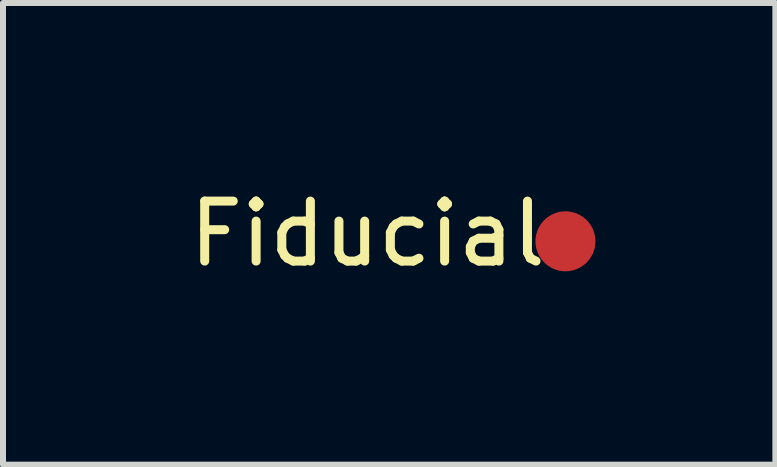
<source format=kicad_pcb>
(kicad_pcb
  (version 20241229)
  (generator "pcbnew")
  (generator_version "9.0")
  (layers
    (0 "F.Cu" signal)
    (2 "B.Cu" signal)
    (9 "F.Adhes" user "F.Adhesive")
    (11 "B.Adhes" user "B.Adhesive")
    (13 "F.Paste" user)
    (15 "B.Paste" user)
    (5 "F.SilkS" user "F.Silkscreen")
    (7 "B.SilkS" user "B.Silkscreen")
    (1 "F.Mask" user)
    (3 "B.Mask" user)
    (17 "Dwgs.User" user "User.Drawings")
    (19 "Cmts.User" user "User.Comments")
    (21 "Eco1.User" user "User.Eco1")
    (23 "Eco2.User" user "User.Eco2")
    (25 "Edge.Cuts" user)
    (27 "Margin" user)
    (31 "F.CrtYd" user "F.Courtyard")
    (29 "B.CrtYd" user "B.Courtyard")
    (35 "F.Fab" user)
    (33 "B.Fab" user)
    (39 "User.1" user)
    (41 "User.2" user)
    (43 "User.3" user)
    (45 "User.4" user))
  (footprint "Fiducial"
    (layer "F.Cu")
    (at 6.377 0.973)
    (property "Reference" "Fiducial" (at -3.3 -0.125 0) (layer "F.SilkS") (effects (font (size 1 1) (thickness 0.15))))
    (attr through_hole)
    (pad "" smd circle (at 0 0) (size 1 1) (layers "F.Cu" "F.Mask" "F.Paste")))
  (gr_rect
    (start -3 -3)
    (end 9.877 4.697)
    (stroke (width 0.1) (type default))
    (fill no)
    (layer "Edge.Cuts")))
</source>
